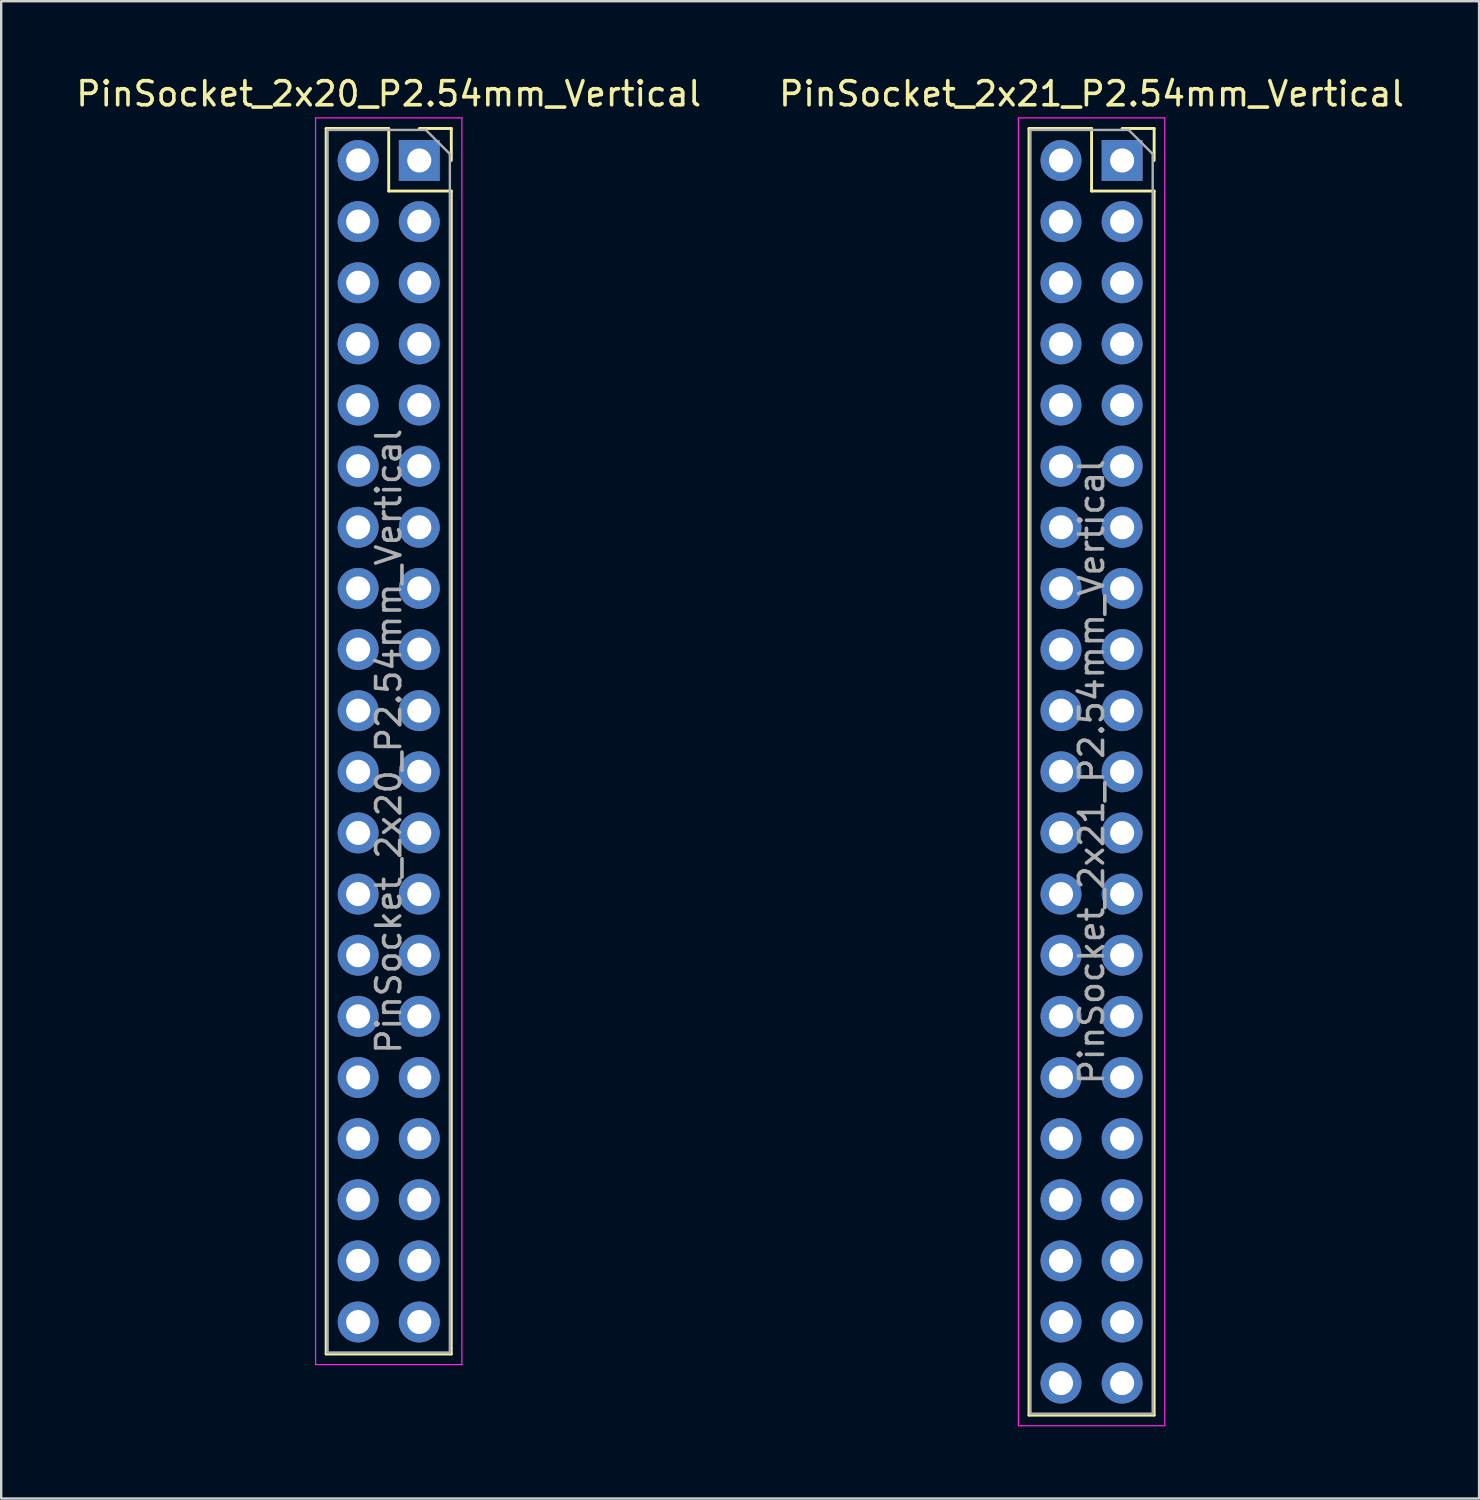
<source format=kicad_pcb>
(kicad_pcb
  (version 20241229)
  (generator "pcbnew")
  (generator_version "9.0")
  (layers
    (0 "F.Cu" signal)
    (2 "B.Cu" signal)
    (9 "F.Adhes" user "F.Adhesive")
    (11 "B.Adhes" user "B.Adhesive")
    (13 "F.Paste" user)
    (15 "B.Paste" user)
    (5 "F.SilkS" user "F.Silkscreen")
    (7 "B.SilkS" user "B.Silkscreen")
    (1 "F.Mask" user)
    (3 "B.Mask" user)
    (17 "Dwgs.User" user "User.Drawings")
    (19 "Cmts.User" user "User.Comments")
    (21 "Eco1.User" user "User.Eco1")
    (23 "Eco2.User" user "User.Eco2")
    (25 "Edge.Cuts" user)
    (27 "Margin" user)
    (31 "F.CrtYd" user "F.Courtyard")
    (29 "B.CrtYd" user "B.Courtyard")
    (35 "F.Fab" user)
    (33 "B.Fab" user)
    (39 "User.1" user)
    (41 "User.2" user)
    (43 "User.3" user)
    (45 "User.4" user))
  (footprint "PinSocket_2x21_P2.54mm_Vertical"
    (layer "F.Cu")
    (at 43.574 3.618)
    (property "Reference" "PinSocket_2x21_P2.54mm_Vertical" (at -1.27 -2.77 0) (layer "F.SilkS") (effects (font (size 1 1) (thickness 0.15))))
    (attr through_hole)
    (fp_line (start -3.87 -1.33) (end -3.87 52.13) (stroke (width 0.12) (type solid)) (layer "F.SilkS"))
    (fp_line (start -3.87 -1.33) (end -1.27 -1.33) (stroke (width 0.12) (type solid)) (layer "F.SilkS"))
    (fp_line (start -3.87 52.13) (end 1.33 52.13) (stroke (width 0.12) (type solid)) (layer "F.SilkS"))
    (fp_line (start -1.27 -1.33) (end -1.27 1.27) (stroke (width 0.12) (type solid)) (layer "F.SilkS"))
    (fp_line (start -1.27 1.27) (end 1.33 1.27) (stroke (width 0.12) (type solid)) (layer "F.SilkS"))
    (fp_line (start 0 -1.33) (end 1.33 -1.33) (stroke (width 0.12) (type solid)) (layer "F.SilkS"))
    (fp_line (start 1.33 -1.33) (end 1.33 0) (stroke (width 0.12) (type solid)) (layer "F.SilkS"))
    (fp_line (start 1.33 1.27) (end 1.33 52.13) (stroke (width 0.12) (type solid)) (layer "F.SilkS"))
    (fp_line (start -4.31 -1.77) (end 1.77 -1.77) (stroke (width 0.05) (type solid)) (layer "F.CrtYd"))
    (fp_line (start -4.31 52.57) (end -4.31 -1.77) (stroke (width 0.05) (type solid)) (layer "F.CrtYd"))
    (fp_line (start 1.77 -1.77) (end 1.77 52.57) (stroke (width 0.05) (type solid)) (layer "F.CrtYd"))
    (fp_line (start 1.77 52.57) (end -4.31 52.57) (stroke (width 0.05) (type solid)) (layer "F.CrtYd"))
    (fp_line (start -3.81 -1.27) (end 0.27 -1.27) (stroke (width 0.1) (type solid)) (layer "F.Fab"))
    (fp_line (start -3.81 52.07) (end -3.81 -1.27) (stroke (width 0.1) (type solid)) (layer "F.Fab"))
    (fp_line (start 0.27 -1.27) (end 1.27 -0.27) (stroke (width 0.1) (type solid)) (layer "F.Fab"))
    (fp_line (start 1.27 -0.27) (end 1.27 52.07) (stroke (width 0.1) (type solid)) (layer "F.Fab"))
    (fp_line (start 1.27 52.07) (end -3.81 52.07) (stroke (width 0.1) (type solid)) (layer "F.Fab"))
    (fp_text user "${REFERENCE}" (at -1.27 25.4 90) (layer "F.Fab") (effects (font (size 1 1) (thickness 0.15))))
    (pad "1" thru_hole rect (at 0 0) (size 1.7 1.7) (drill 1) (layers "*.Cu" "*.Mask"))
    (pad "2" thru_hole circle (at -2.54 0) (size 1.7 1.7) (drill 1) (layers "*.Cu" "*.Mask"))
    (pad "3" thru_hole circle (at 0 2.54) (size 1.7 1.7) (drill 1) (layers "*.Cu" "*.Mask"))
    (pad "4" thru_hole circle (at -2.54 2.54) (size 1.7 1.7) (drill 1) (layers "*.Cu" "*.Mask"))
    (pad "5" thru_hole circle (at 0 5.08) (size 1.7 1.7) (drill 1) (layers "*.Cu" "*.Mask"))
    (pad "6" thru_hole circle (at -2.54 5.08) (size 1.7 1.7) (drill 1) (layers "*.Cu" "*.Mask"))
    (pad "7" thru_hole circle (at 0 7.62) (size 1.7 1.7) (drill 1) (layers "*.Cu" "*.Mask"))
    (pad "8" thru_hole circle (at -2.54 7.62) (size 1.7 1.7) (drill 1) (layers "*.Cu" "*.Mask"))
    (pad "9" thru_hole circle (at 0 10.16) (size 1.7 1.7) (drill 1) (layers "*.Cu" "*.Mask"))
    (pad "10" thru_hole circle (at -2.54 10.16) (size 1.7 1.7) (drill 1) (layers "*.Cu" "*.Mask"))
    (pad "11" thru_hole circle (at 0 12.7) (size 1.7 1.7) (drill 1) (layers "*.Cu" "*.Mask"))
    (pad "12" thru_hole circle (at -2.54 12.7) (size 1.7 1.7) (drill 1) (layers "*.Cu" "*.Mask"))
    (pad "13" thru_hole circle (at 0 15.24) (size 1.7 1.7) (drill 1) (layers "*.Cu" "*.Mask"))
    (pad "14" thru_hole circle (at -2.54 15.24) (size 1.7 1.7) (drill 1) (layers "*.Cu" "*.Mask"))
    (pad "15" thru_hole circle (at 0 17.78) (size 1.7 1.7) (drill 1) (layers "*.Cu" "*.Mask"))
    (pad "16" thru_hole circle (at -2.54 17.78) (size 1.7 1.7) (drill 1) (layers "*.Cu" "*.Mask"))
    (pad "17" thru_hole circle (at 0 20.32) (size 1.7 1.7) (drill 1) (layers "*.Cu" "*.Mask"))
    (pad "18" thru_hole circle (at -2.54 20.32) (size 1.7 1.7) (drill 1) (layers "*.Cu" "*.Mask"))
    (pad "19" thru_hole circle (at 0 22.86) (size 1.7 1.7) (drill 1) (layers "*.Cu" "*.Mask"))
    (pad "20" thru_hole circle (at -2.54 22.86) (size 1.7 1.7) (drill 1) (layers "*.Cu" "*.Mask"))
    (pad "21" thru_hole circle (at 0 25.4) (size 1.7 1.7) (drill 1) (layers "*.Cu" "*.Mask"))
    (pad "22" thru_hole circle (at -2.54 25.4) (size 1.7 1.7) (drill 1) (layers "*.Cu" "*.Mask"))
    (pad "23" thru_hole circle (at 0 27.94) (size 1.7 1.7) (drill 1) (layers "*.Cu" "*.Mask"))
    (pad "24" thru_hole circle (at -2.54 27.94) (size 1.7 1.7) (drill 1) (layers "*.Cu" "*.Mask"))
    (pad "25" thru_hole circle (at 0 30.48) (size 1.7 1.7) (drill 1) (layers "*.Cu" "*.Mask"))
    (pad "26" thru_hole circle (at -2.54 30.48) (size 1.7 1.7) (drill 1) (layers "*.Cu" "*.Mask"))
    (pad "27" thru_hole circle (at 0 33.02) (size 1.7 1.7) (drill 1) (layers "*.Cu" "*.Mask"))
    (pad "28" thru_hole circle (at -2.54 33.02) (size 1.7 1.7) (drill 1) (layers "*.Cu" "*.Mask"))
    (pad "29" thru_hole circle (at 0 35.56) (size 1.7 1.7) (drill 1) (layers "*.Cu" "*.Mask"))
    (pad "30" thru_hole circle (at -2.54 35.56) (size 1.7 1.7) (drill 1) (layers "*.Cu" "*.Mask"))
    (pad "31" thru_hole circle (at 0 38.1) (size 1.7 1.7) (drill 1) (layers "*.Cu" "*.Mask"))
    (pad "32" thru_hole circle (at -2.54 38.1) (size 1.7 1.7) (drill 1) (layers "*.Cu" "*.Mask"))
    (pad "33" thru_hole circle (at 0 40.64) (size 1.7 1.7) (drill 1) (layers "*.Cu" "*.Mask"))
    (pad "34" thru_hole circle (at -2.54 40.64) (size 1.7 1.7) (drill 1) (layers "*.Cu" "*.Mask"))
    (pad "35" thru_hole circle (at 0 43.18) (size 1.7 1.7) (drill 1) (layers "*.Cu" "*.Mask"))
    (pad "36" thru_hole circle (at -2.54 43.18) (size 1.7 1.7) (drill 1) (layers "*.Cu" "*.Mask"))
    (pad "37" thru_hole circle (at 0 45.72) (size 1.7 1.7) (drill 1) (layers "*.Cu" "*.Mask"))
    (pad "38" thru_hole circle (at -2.54 45.72) (size 1.7 1.7) (drill 1) (layers "*.Cu" "*.Mask"))
    (pad "39" thru_hole circle (at 0 48.26) (size 1.7 1.7) (drill 1) (layers "*.Cu" "*.Mask"))
    (pad "40" thru_hole circle (at -2.54 48.26) (size 1.7 1.7) (drill 1) (layers "*.Cu" "*.Mask"))
    (pad "41" thru_hole circle (at 0 50.8) (size 1.7 1.7) (drill 1) (layers "*.Cu" "*.Mask"))
    (pad "42" thru_hole circle (at -2.54 50.8) (size 1.7 1.7) (drill 1) (layers "*.Cu" "*.Mask")))
  (footprint "PinSocket_2x20_P2.54mm_Vertical"
    (layer "F.Cu")
    (at 14.371 3.618)
    (property "Reference" "PinSocket_2x20_P2.54mm_Vertical" (at -1.27 -2.77 0) (layer "F.SilkS") (effects (font (size 1 1) (thickness 0.15))))
    (attr through_hole)
    (fp_line (start -3.87 -1.33) (end -3.87 49.59) (stroke (width 0.12) (type solid)) (layer "F.SilkS"))
    (fp_line (start -3.87 -1.33) (end -1.27 -1.33) (stroke (width 0.12) (type solid)) (layer "F.SilkS"))
    (fp_line (start -3.87 49.59) (end 1.33 49.59) (stroke (width 0.12) (type solid)) (layer "F.SilkS"))
    (fp_line (start -1.27 -1.33) (end -1.27 1.27) (stroke (width 0.12) (type solid)) (layer "F.SilkS"))
    (fp_line (start -1.27 1.27) (end 1.33 1.27) (stroke (width 0.12) (type solid)) (layer "F.SilkS"))
    (fp_line (start 0 -1.33) (end 1.33 -1.33) (stroke (width 0.12) (type solid)) (layer "F.SilkS"))
    (fp_line (start 1.33 -1.33) (end 1.33 0) (stroke (width 0.12) (type solid)) (layer "F.SilkS"))
    (fp_line (start 1.33 1.27) (end 1.33 49.59) (stroke (width 0.12) (type solid)) (layer "F.SilkS"))
    (fp_line (start -4.31 -1.77) (end 1.77 -1.77) (stroke (width 0.05) (type solid)) (layer "F.CrtYd"))
    (fp_line (start -4.31 50.03) (end -4.31 -1.77) (stroke (width 0.05) (type solid)) (layer "F.CrtYd"))
    (fp_line (start 1.77 -1.77) (end 1.77 50.03) (stroke (width 0.05) (type solid)) (layer "F.CrtYd"))
    (fp_line (start 1.77 50.03) (end -4.31 50.03) (stroke (width 0.05) (type solid)) (layer "F.CrtYd"))
    (fp_line (start -3.81 -1.27) (end 0.27 -1.27) (stroke (width 0.1) (type solid)) (layer "F.Fab"))
    (fp_line (start -3.81 49.53) (end -3.81 -1.27) (stroke (width 0.1) (type solid)) (layer "F.Fab"))
    (fp_line (start 0.27 -1.27) (end 1.27 -0.27) (stroke (width 0.1) (type solid)) (layer "F.Fab"))
    (fp_line (start 1.27 -0.27) (end 1.27 49.53) (stroke (width 0.1) (type solid)) (layer "F.Fab"))
    (fp_line (start 1.27 49.53) (end -3.81 49.53) (stroke (width 0.1) (type solid)) (layer "F.Fab"))
    (fp_text user "${REFERENCE}" (at -1.27 24.13 90) (layer "F.Fab") (effects (font (size 1 1) (thickness 0.15))))
    (pad "1" thru_hole rect (at 0 0) (size 1.7 1.7) (drill 1) (layers "*.Cu" "*.Mask"))
    (pad "2" thru_hole circle (at -2.54 0) (size 1.7 1.7) (drill 1) (layers "*.Cu" "*.Mask"))
    (pad "3" thru_hole circle (at 0 2.54) (size 1.7 1.7) (drill 1) (layers "*.Cu" "*.Mask"))
    (pad "4" thru_hole circle (at -2.54 2.54) (size 1.7 1.7) (drill 1) (layers "*.Cu" "*.Mask"))
    (pad "5" thru_hole circle (at 0 5.08) (size 1.7 1.7) (drill 1) (layers "*.Cu" "*.Mask"))
    (pad "6" thru_hole circle (at -2.54 5.08) (size 1.7 1.7) (drill 1) (layers "*.Cu" "*.Mask"))
    (pad "7" thru_hole circle (at 0 7.62) (size 1.7 1.7) (drill 1) (layers "*.Cu" "*.Mask"))
    (pad "8" thru_hole circle (at -2.54 7.62) (size 1.7 1.7) (drill 1) (layers "*.Cu" "*.Mask"))
    (pad "9" thru_hole circle (at 0 10.16) (size 1.7 1.7) (drill 1) (layers "*.Cu" "*.Mask"))
    (pad "10" thru_hole circle (at -2.54 10.16) (size 1.7 1.7) (drill 1) (layers "*.Cu" "*.Mask"))
    (pad "11" thru_hole circle (at 0 12.7) (size 1.7 1.7) (drill 1) (layers "*.Cu" "*.Mask"))
    (pad "12" thru_hole circle (at -2.54 12.7) (size 1.7 1.7) (drill 1) (layers "*.Cu" "*.Mask"))
    (pad "13" thru_hole circle (at 0 15.24) (size 1.7 1.7) (drill 1) (layers "*.Cu" "*.Mask"))
    (pad "14" thru_hole circle (at -2.54 15.24) (size 1.7 1.7) (drill 1) (layers "*.Cu" "*.Mask"))
    (pad "15" thru_hole circle (at 0 17.78) (size 1.7 1.7) (drill 1) (layers "*.Cu" "*.Mask"))
    (pad "16" thru_hole circle (at -2.54 17.78) (size 1.7 1.7) (drill 1) (layers "*.Cu" "*.Mask"))
    (pad "17" thru_hole circle (at 0 20.32) (size 1.7 1.7) (drill 1) (layers "*.Cu" "*.Mask"))
    (pad "18" thru_hole circle (at -2.54 20.32) (size 1.7 1.7) (drill 1) (layers "*.Cu" "*.Mask"))
    (pad "19" thru_hole circle (at 0 22.86) (size 1.7 1.7) (drill 1) (layers "*.Cu" "*.Mask"))
    (pad "20" thru_hole circle (at -2.54 22.86) (size 1.7 1.7) (drill 1) (layers "*.Cu" "*.Mask"))
    (pad "21" thru_hole circle (at 0 25.4) (size 1.7 1.7) (drill 1) (layers "*.Cu" "*.Mask"))
    (pad "22" thru_hole circle (at -2.54 25.4) (size 1.7 1.7) (drill 1) (layers "*.Cu" "*.Mask"))
    (pad "23" thru_hole circle (at 0 27.94) (size 1.7 1.7) (drill 1) (layers "*.Cu" "*.Mask"))
    (pad "24" thru_hole circle (at -2.54 27.94) (size 1.7 1.7) (drill 1) (layers "*.Cu" "*.Mask"))
    (pad "25" thru_hole circle (at 0 30.48) (size 1.7 1.7) (drill 1) (layers "*.Cu" "*.Mask"))
    (pad "26" thru_hole circle (at -2.54 30.48) (size 1.7 1.7) (drill 1) (layers "*.Cu" "*.Mask"))
    (pad "27" thru_hole circle (at 0 33.02) (size 1.7 1.7) (drill 1) (layers "*.Cu" "*.Mask"))
    (pad "28" thru_hole circle (at -2.54 33.02) (size 1.7 1.7) (drill 1) (layers "*.Cu" "*.Mask"))
    (pad "29" thru_hole circle (at 0 35.56) (size 1.7 1.7) (drill 1) (layers "*.Cu" "*.Mask"))
    (pad "30" thru_hole circle (at -2.54 35.56) (size 1.7 1.7) (drill 1) (layers "*.Cu" "*.Mask"))
    (pad "31" thru_hole circle (at 0 38.1) (size 1.7 1.7) (drill 1) (layers "*.Cu" "*.Mask"))
    (pad "32" thru_hole circle (at -2.54 38.1) (size 1.7 1.7) (drill 1) (layers "*.Cu" "*.Mask"))
    (pad "33" thru_hole circle (at 0 40.64) (size 1.7 1.7) (drill 1) (layers "*.Cu" "*.Mask"))
    (pad "34" thru_hole circle (at -2.54 40.64) (size 1.7 1.7) (drill 1) (layers "*.Cu" "*.Mask"))
    (pad "35" thru_hole circle (at 0 43.18) (size 1.7 1.7) (drill 1) (layers "*.Cu" "*.Mask"))
    (pad "36" thru_hole circle (at -2.54 43.18) (size 1.7 1.7) (drill 1) (layers "*.Cu" "*.Mask"))
    (pad "37" thru_hole circle (at 0 45.72) (size 1.7 1.7) (drill 1) (layers "*.Cu" "*.Mask"))
    (pad "38" thru_hole circle (at -2.54 45.72) (size 1.7 1.7) (drill 1) (layers "*.Cu" "*.Mask"))
    (pad "39" thru_hole circle (at 0 48.26) (size 1.7 1.7) (drill 1) (layers "*.Cu" "*.Mask"))
    (pad "40" thru_hole circle (at -2.54 48.26) (size 1.7 1.7) (drill 1) (layers "*.Cu" "*.Mask")))
  (gr_rect
    (start -3 -3)
    (end 58.405 59.213)
    (stroke (width 0.1) (type default))
    (fill no)
    (layer "Edge.Cuts")))
</source>
